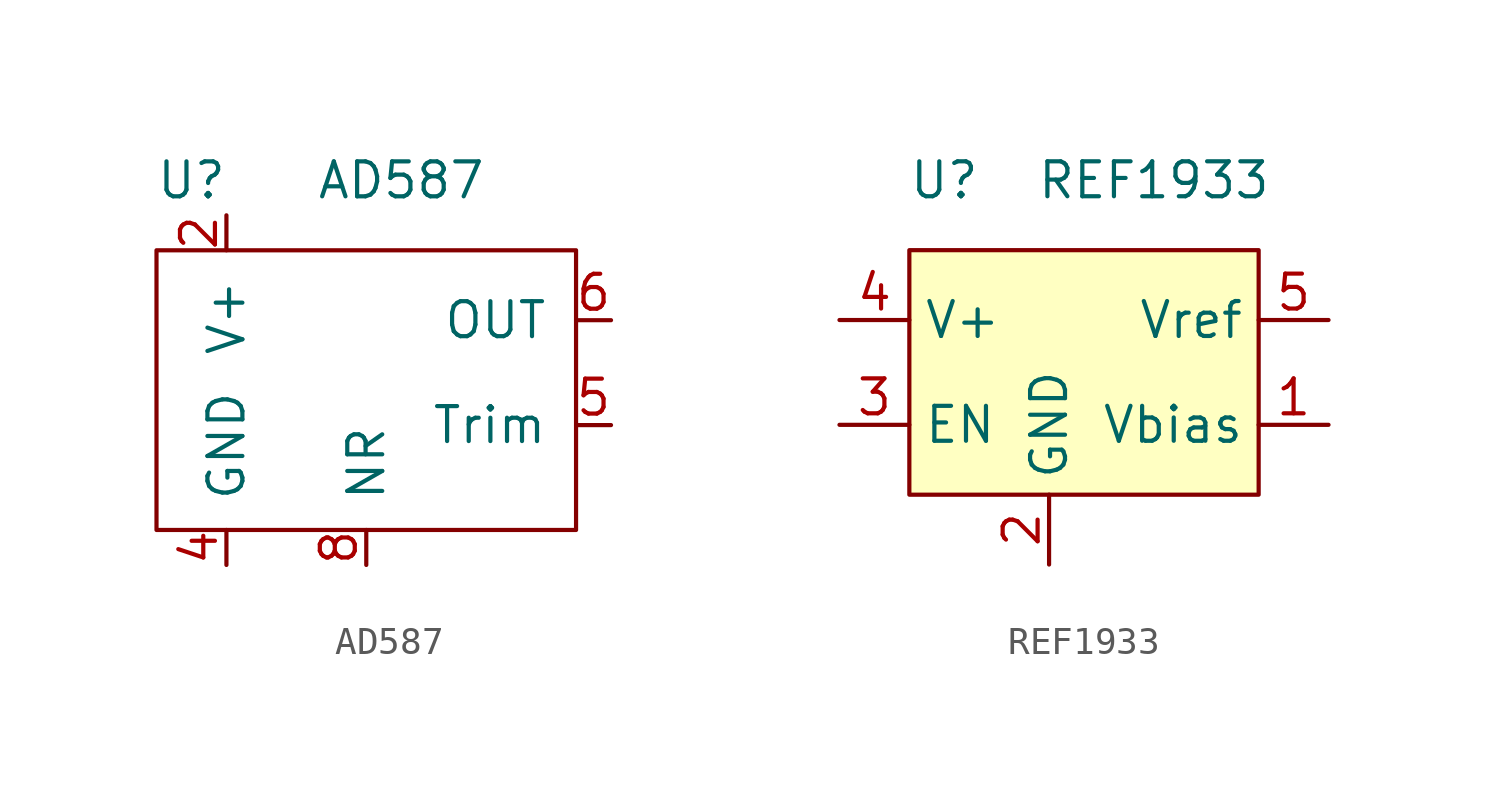
<source format=kicad_sym>
(kicad_symbol_lib
  (version 20211014)
  (generator kicad_symbol_editor)
  (symbol "AD587"
    (pin_names
      (offset 1.016))
    (property "Reference" "U"
      (at 1.27 2.54 0)
      (effects (font (size 1.27 1.27))))
    (property "Value" "AD587"
      (at 8.89 2.54 0)
      (effects (font (size 1.27 1.27))))
    (symbol "AD587_0_1"
      (rectangle (start 0 0) (end 15.24 -10.16) (stroke (width 0) (type default) (color 0 0 0 0)) (fill (type none))))
    (symbol "AD587_1_1"
      (pin power_in line (at 2.54 1.27 270) (length 1.27) (name "V+" (effects (font (size 1.27 1.27)))) (number "2" (effects (font (size 1.27 1.27)))))
      (pin power_in line (at 2.54 -11.43 90) (length 1.27) (name "GND" (effects (font (size 1.27 1.27)))) (number "4" (effects (font (size 1.27 1.27)))))
      (pin bidirectional line (at 16.51 -6.35 180) (length 1.27) (name "Trim" (effects (font (size 1.27 1.27)))) (number "5" (effects (font (size 1.27 1.27)))))
      (pin output line (at 16.51 -2.54 180) (length 1.27) (name "OUT" (effects (font (size 1.27 1.27)))) (number "6" (effects (font (size 1.27 1.27)))))
      (pin bidirectional line (at 7.62 -11.43 90) (length 1.27) (name "NR" (effects (font (size 1.27 1.27)))) (number "8" (effects (font (size 1.27 1.27)))))))
  (symbol "REF1933"
    (property "Reference" "U"
      (at -5.08 6.35 0)
      (effects (font (size 1.27 1.27))))
    (property "Value" "REF1933"
      (at 2.54 6.35 0)
      (effects (font (size 1.27 1.27))))
    (symbol "REF1933_0_0"
      (pin output line (at 8.89 -2.54 180) (length 2.54) (name "Vbias" (effects (font (size 1.27 1.27)))) (number "1" (effects (font (size 1.27 1.27))))))
    (symbol "REF1933_0_1"
      (rectangle (start -6.35 3.81) (end 6.35 -5.08) (stroke (width 0) (type default) (color 0 0 0 0)) (fill (type background))))
    (symbol "REF1933_1_1"
      (pin power_in line (at -1.27 -7.62 90) (length 2.54) (name "GND" (effects (font (size 1.27 1.27)))) (number "2" (effects (font (size 1.27 1.27)))))
      (pin passive line (at -8.89 -2.54 0) (length 2.54) (name "EN" (effects (font (size 1.27 1.27)))) (number "3" (effects (font (size 1.27 1.27)))))
      (pin power_in line (at -8.89 1.27 0) (length 2.54) (name "V+" (effects (font (size 1.27 1.27)))) (number "4" (effects (font (size 1.27 1.27)))))
      (pin output line (at 8.89 1.27 180) (length 2.54) (name "Vref" (effects (font (size 1.27 1.27)))) (number "5" (effects (font (size 1.27 1.27))))))))
</source>
